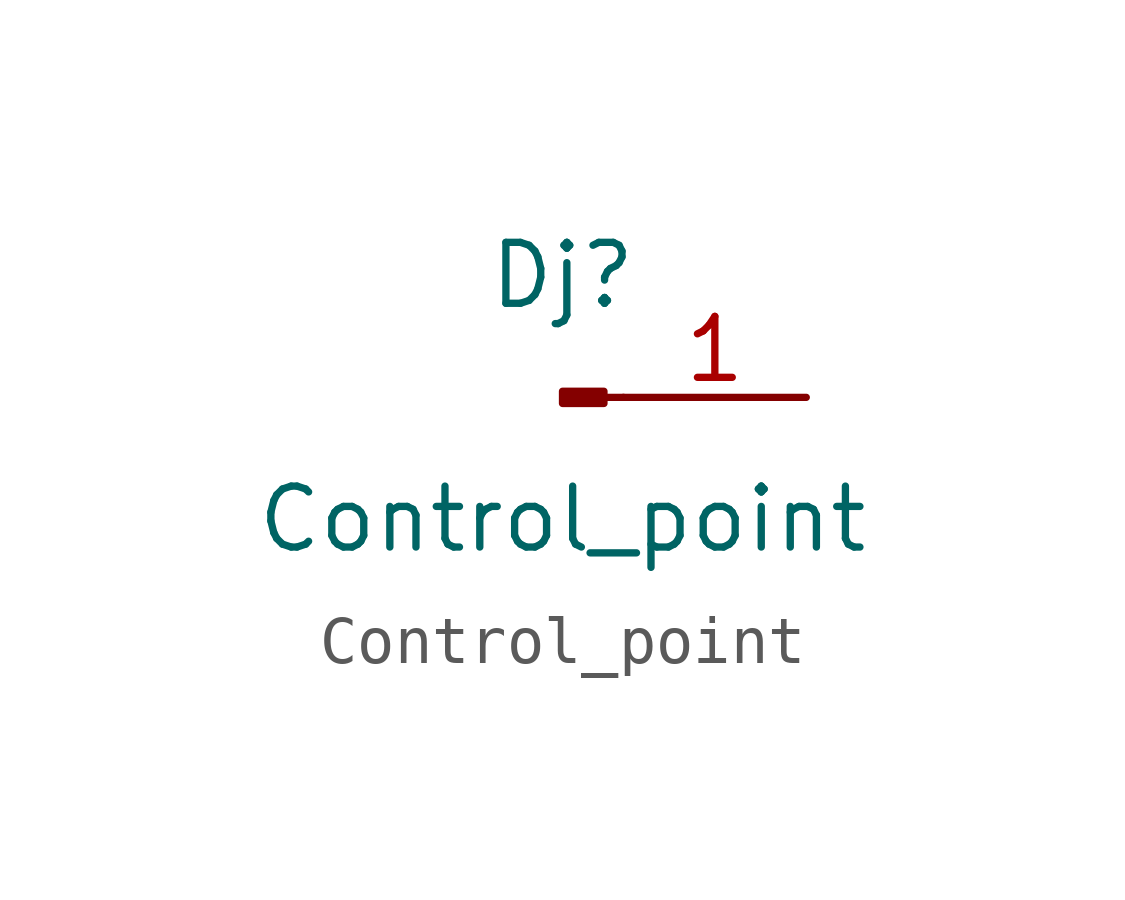
<source format=kicad_sym>
(kicad_symbol_lib
  (version 20210619)
  (generator kicad_symbol_editor)
  (symbol "my_Library:Control_point"
    (pin_names
      (offset 1.016) hide)
    (property "Reference" "Dj"
      (at 0 2.54 0)
      (effects (font (size 1.27 1.27))))
    (property "Value" "Control_point"
      (at 0 -2.54 0)
      (effects (font (size 1.27 1.27))))
    (symbol "Control_point_1_1"
      (rectangle (start 0.864 0.127) (end 0 -0.127) (stroke (width 0.152)) (fill (type outline)))
      (polyline (pts (xy 1.27 0) (xy 0.864 0)) (stroke (width 0.152)) (fill (type none)))
      (pin passive line (at 5.08 0 180) (length 3.81) (name "Pin_1" (effects (font (size 1.27 1.27)))) (number "1" (effects (font (size 1.27 1.27))))))))
</source>
